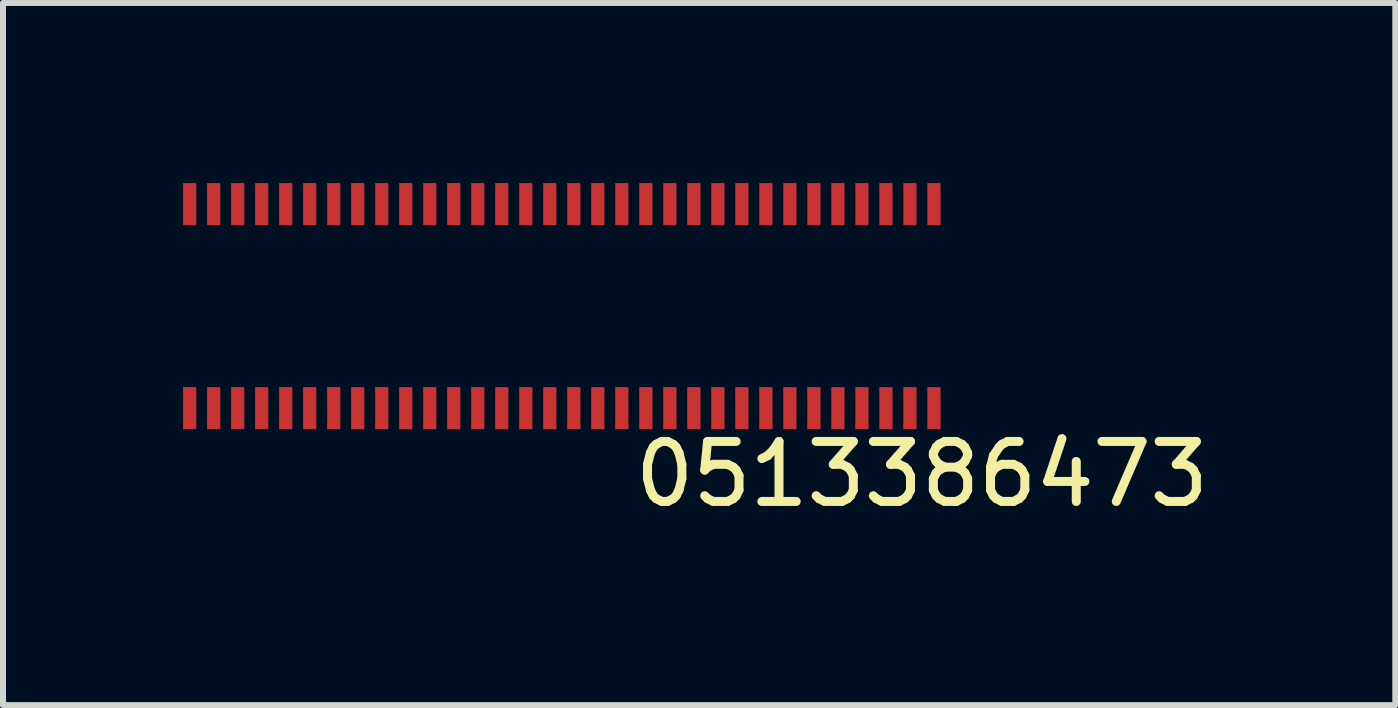
<source format=kicad_pcb>
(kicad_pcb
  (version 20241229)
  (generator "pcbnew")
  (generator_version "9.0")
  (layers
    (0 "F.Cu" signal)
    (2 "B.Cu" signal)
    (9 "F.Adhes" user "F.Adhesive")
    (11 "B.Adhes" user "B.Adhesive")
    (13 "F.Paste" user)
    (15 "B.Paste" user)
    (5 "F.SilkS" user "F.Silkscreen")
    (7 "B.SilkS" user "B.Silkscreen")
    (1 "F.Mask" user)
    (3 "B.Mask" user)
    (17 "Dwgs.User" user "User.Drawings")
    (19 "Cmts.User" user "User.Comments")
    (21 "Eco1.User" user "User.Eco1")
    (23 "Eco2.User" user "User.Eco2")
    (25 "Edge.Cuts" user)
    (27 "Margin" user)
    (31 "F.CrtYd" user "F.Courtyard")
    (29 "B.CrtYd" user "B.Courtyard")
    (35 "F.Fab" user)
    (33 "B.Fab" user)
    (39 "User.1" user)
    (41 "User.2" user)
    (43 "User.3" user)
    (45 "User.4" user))
  (footprint "0513386473"
    (layer "F.Cu")
    (at 6.31 2.05)
    (property "Reference" "0513386473" (at 6 2.8 0) (unlocked yes) (layer "F.SilkS") (effects (font (size 1 1) (thickness 0.15))))
    (attr smd)
    (pad "1" smd rect (at -6.2 1.7) (size 0.22 0.7) (layers "F.Cu" "F.Mask" "F.Paste"))
    (pad "2" smd rect (at -5.8 1.7) (size 0.22 0.7) (layers "F.Cu" "F.Mask" "F.Paste"))
    (pad "3" smd rect (at -5.4 1.7) (size 0.22 0.7) (layers "F.Cu" "F.Mask" "F.Paste"))
    (pad "4" smd rect (at -5 1.7) (size 0.22 0.7) (layers "F.Cu" "F.Mask" "F.Paste"))
    (pad "5" smd rect (at -4.6 1.7) (size 0.22 0.7) (layers "F.Cu" "F.Mask" "F.Paste"))
    (pad "6" smd rect (at -4.2 1.7) (size 0.22 0.7) (layers "F.Cu" "F.Mask" "F.Paste"))
    (pad "7" smd rect (at -3.8 1.7) (size 0.22 0.7) (layers "F.Cu" "F.Mask" "F.Paste"))
    (pad "8" smd rect (at -3.4 1.7) (size 0.22 0.7) (layers "F.Cu" "F.Mask" "F.Paste"))
    (pad "9" smd rect (at -3 1.7) (size 0.22 0.7) (layers "F.Cu" "F.Mask" "F.Paste"))
    (pad "10" smd rect (at -2.6 1.7) (size 0.22 0.7) (layers "F.Cu" "F.Mask" "F.Paste"))
    (pad "11" smd rect (at -2.2 1.7) (size 0.22 0.7) (layers "F.Cu" "F.Mask" "F.Paste"))
    (pad "12" smd rect (at -1.8 1.7) (size 0.22 0.7) (layers "F.Cu" "F.Mask" "F.Paste"))
    (pad "13" smd rect (at -1.4 1.7) (size 0.22 0.7) (layers "F.Cu" "F.Mask" "F.Paste"))
    (pad "14" smd rect (at -1 1.7) (size 0.22 0.7) (layers "F.Cu" "F.Mask" "F.Paste"))
    (pad "15" smd rect (at -0.6 1.7) (size 0.22 0.7) (layers "F.Cu" "F.Mask" "F.Paste"))
    (pad "16" smd rect (at -0.2 1.7) (size 0.22 0.7) (layers "F.Cu" "F.Mask" "F.Paste"))
    (pad "17" smd rect (at 0.2 1.7) (size 0.22 0.7) (layers "F.Cu" "F.Mask" "F.Paste"))
    (pad "18" smd rect (at 0.6 1.7) (size 0.22 0.7) (layers "F.Cu" "F.Mask" "F.Paste"))
    (pad "19" smd rect (at 1 1.7) (size 0.22 0.7) (layers "F.Cu" "F.Mask" "F.Paste"))
    (pad "20" smd rect (at 1.4 1.7) (size 0.22 0.7) (layers "F.Cu" "F.Mask" "F.Paste"))
    (pad "21" smd rect (at 1.8 1.7) (size 0.22 0.7) (layers "F.Cu" "F.Mask" "F.Paste"))
    (pad "22" smd rect (at 2.2 1.7) (size 0.22 0.7) (layers "F.Cu" "F.Mask" "F.Paste"))
    (pad "23" smd rect (at 2.6 1.7) (size 0.22 0.7) (layers "F.Cu" "F.Mask" "F.Paste"))
    (pad "24" smd rect (at 3 1.7) (size 0.22 0.7) (layers "F.Cu" "F.Mask" "F.Paste"))
    (pad "25" smd rect (at 3.4 1.7) (size 0.22 0.7) (layers "F.Cu" "F.Mask" "F.Paste"))
    (pad "26" smd rect (at 3.8 1.7) (size 0.22 0.7) (layers "F.Cu" "F.Mask" "F.Paste"))
    (pad "27" smd rect (at 4.2 1.7) (size 0.22 0.7) (layers "F.Cu" "F.Mask" "F.Paste"))
    (pad "28" smd rect (at 4.6 1.7) (size 0.22 0.7) (layers "F.Cu" "F.Mask" "F.Paste"))
    (pad "29" smd rect (at 5 1.7) (size 0.22 0.7) (layers "F.Cu" "F.Mask" "F.Paste"))
    (pad "30" smd rect (at 5.4 1.7) (size 0.22 0.7) (layers "F.Cu" "F.Mask" "F.Paste"))
    (pad "31" smd rect (at 5.8 1.7) (size 0.22 0.7) (layers "F.Cu" "F.Mask" "F.Paste"))
    (pad "32" smd rect (at 6.2 1.7) (size 0.22 0.7) (layers "F.Cu" "F.Mask" "F.Paste"))
    (pad "33" smd rect (at 6.2 -1.7) (size 0.22 0.7) (layers "F.Cu" "F.Mask" "F.Paste"))
    (pad "34" smd rect (at 5.8 -1.7) (size 0.22 0.7) (layers "F.Cu" "F.Mask" "F.Paste"))
    (pad "35" smd rect (at 5.4 -1.7) (size 0.22 0.7) (layers "F.Cu" "F.Mask" "F.Paste"))
    (pad "36" smd rect (at 5 -1.7) (size 0.22 0.7) (layers "F.Cu" "F.Mask" "F.Paste"))
    (pad "37" smd rect (at 4.6 -1.7) (size 0.22 0.7) (layers "F.Cu" "F.Mask" "F.Paste"))
    (pad "38" smd rect (at 4.2 -1.7) (size 0.22 0.7) (layers "F.Cu" "F.Mask" "F.Paste"))
    (pad "39" smd rect (at 3.8 -1.7) (size 0.22 0.7) (layers "F.Cu" "F.Mask" "F.Paste"))
    (pad "40" smd rect (at 3.4 -1.7) (size 0.22 0.7) (layers "F.Cu" "F.Mask" "F.Paste"))
    (pad "41" smd rect (at 3 -1.7) (size 0.22 0.7) (layers "F.Cu" "F.Mask" "F.Paste"))
    (pad "42" smd rect (at 2.6 -1.7) (size 0.22 0.7) (layers "F.Cu" "F.Mask" "F.Paste"))
    (pad "43" smd rect (at 2.2 -1.7) (size 0.22 0.7) (layers "F.Cu" "F.Mask" "F.Paste"))
    (pad "44" smd rect (at 1.8 -1.7) (size 0.22 0.7) (layers "F.Cu" "F.Mask" "F.Paste"))
    (pad "45" smd rect (at 1.4 -1.7) (size 0.22 0.7) (layers "F.Cu" "F.Mask" "F.Paste"))
    (pad "46" smd rect (at 1 -1.7) (size 0.22 0.7) (layers "F.Cu" "F.Mask" "F.Paste"))
    (pad "47" smd rect (at 0.6 -1.7) (size 0.22 0.7) (layers "F.Cu" "F.Mask" "F.Paste"))
    (pad "48" smd rect (at 0.2 -1.7) (size 0.22 0.7) (layers "F.Cu" "F.Mask" "F.Paste"))
    (pad "49" smd rect (at -0.2 -1.7) (size 0.22 0.7) (layers "F.Cu" "F.Mask" "F.Paste"))
    (pad "50" smd rect (at -0.6 -1.7) (size 0.22 0.7) (layers "F.Cu" "F.Mask" "F.Paste"))
    (pad "51" smd rect (at -1 -1.7) (size 0.22 0.7) (layers "F.Cu" "F.Mask" "F.Paste"))
    (pad "52" smd rect (at -1.4 -1.7) (size 0.22 0.7) (layers "F.Cu" "F.Mask" "F.Paste"))
    (pad "53" smd rect (at -1.8 -1.7) (size 0.22 0.7) (layers "F.Cu" "F.Mask" "F.Paste"))
    (pad "54" smd rect (at -2.2 -1.7) (size 0.22 0.7) (layers "F.Cu" "F.Mask" "F.Paste"))
    (pad "55" smd rect (at -2.6 -1.7) (size 0.22 0.7) (layers "F.Cu" "F.Mask" "F.Paste"))
    (pad "56" smd rect (at -3 -1.7) (size 0.22 0.7) (layers "F.Cu" "F.Mask" "F.Paste"))
    (pad "57" smd rect (at -3.4 -1.7) (size 0.22 0.7) (layers "F.Cu" "F.Mask" "F.Paste"))
    (pad "58" smd rect (at -3.8 -1.7) (size 0.22 0.7) (layers "F.Cu" "F.Mask" "F.Paste"))
    (pad "59" smd rect (at -4.2 -1.7) (size 0.22 0.7) (layers "F.Cu" "F.Mask" "F.Paste"))
    (pad "60" smd rect (at -4.6 -1.7) (size 0.22 0.7) (layers "F.Cu" "F.Mask" "F.Paste"))
    (pad "61" smd rect (at -5 -1.7) (size 0.22 0.7) (layers "F.Cu" "F.Mask" "F.Paste"))
    (pad "62" smd rect (at -5.4 -1.7) (size 0.22 0.7) (layers "F.Cu" "F.Mask" "F.Paste"))
    (pad "63" smd rect (at -5.8 -1.7) (size 0.22 0.7) (layers "F.Cu" "F.Mask" "F.Paste"))
    (pad "64" smd rect (at -6.2 -1.7) (size 0.22 0.7) (layers "F.Cu" "F.Mask" "F.Paste")))
  (gr_rect
    (start -3 -3)
    (end 20.197 8.698)
    (stroke (width 0.1) (type default))
    (fill no)
    (layer "Edge.Cuts")))
</source>
